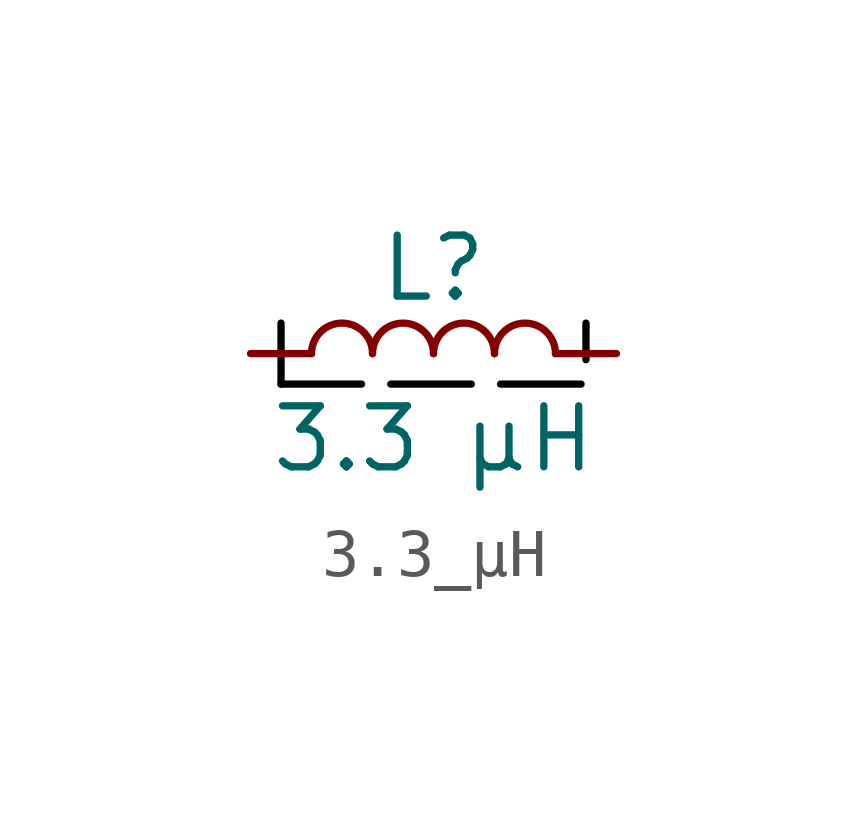
<source format=kicad_sym>
(kicad_symbol_lib
  (version 20241209)
  (generator "kicad_symbol_editor")
  (generator_version "9.0")
  (symbol "3.3_µH"
    (pin_numbers
      (hide yes))
    (pin_names
      (hide yes))
    (property "Reference" "L"
      (at 0 1.778 0)
      (effects (font (size 1.27 1.27))))
    (property "Value" "3.3 µH"
      (at 0 -1.778 0)
      (effects (font (size 1.27 1.27))))
    (symbol "3.3_µH_0_1"
      (arc (start -2.54 0) (mid -1.905 0.6323) (end -1.27 0) (stroke (width 0) (type default)) (fill (type none)))
      (arc (start -1.27 0) (mid -0.635 0.6323) (end 0 0) (stroke (width 0) (type default)) (fill (type none)))
      (arc (start 0 0) (mid 0.635 0.6323) (end 1.27 0) (stroke (width 0) (type default)) (fill (type none)))
      (arc (start 1.27 0) (mid 1.905 0.6323) (end 2.54 0) (stroke (width 0) (type default)) (fill (type none))))
    (symbol "3.3_µH_1_1"
      (polyline (pts (xy -3.175 -0.635) (xy -3.175 0.635)) (stroke (width 0) (type solid) (color 0 0 0 1)) (fill (type none)))
      (polyline (pts (xy -3.175 -0.635) (xy 3.175 -0.635) (xy 3.175 0.635)) (stroke (width 0) (type dash) (color 0 0 0 1)) (fill (type none)))
      (pin passive line (at -3.81 0 0) (length 1.27) (name "1" (effects (font (size 1.27 1.27)))) (number "1" (effects (font (size 1.27 1.27)))))
      (pin passive line (at 3.81 0 180) (length 1.27) (name "2" (effects (font (size 1.27 1.27)))) (number "2" (effects (font (size 1.27 1.27))))))))
</source>
